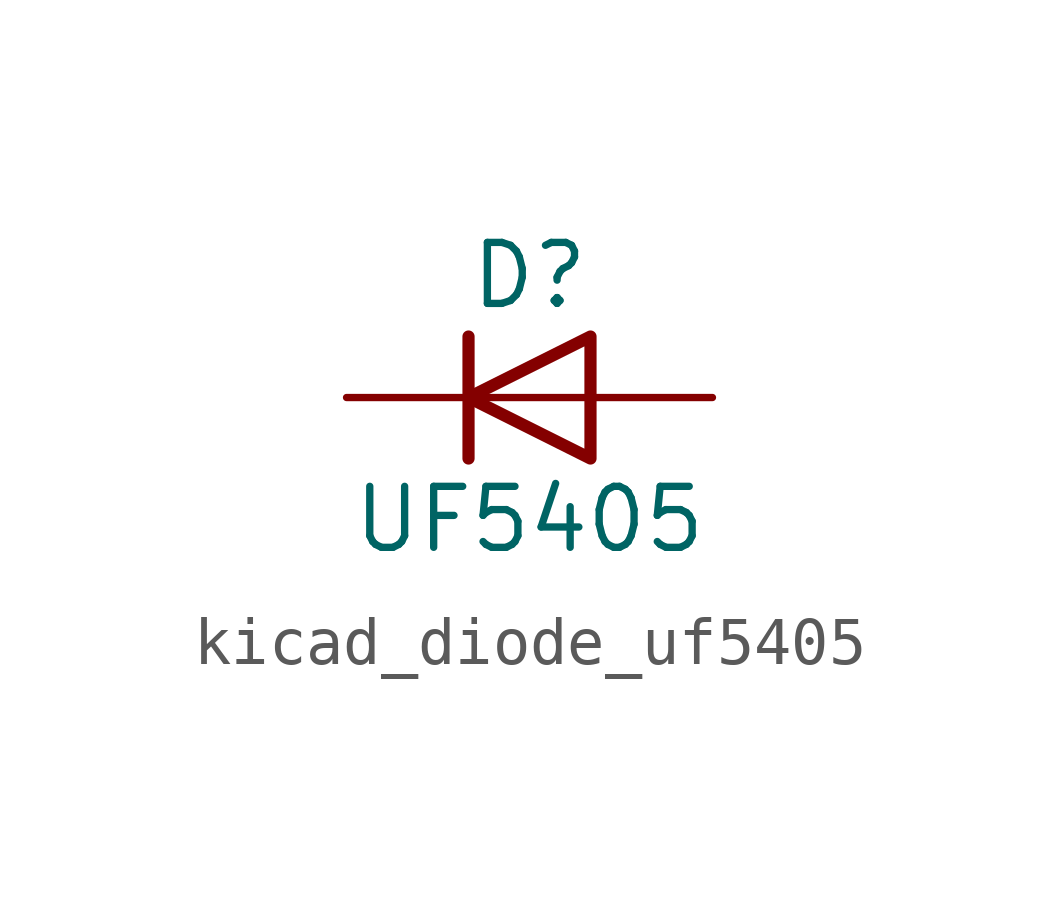
<source format=kicad_sym>
(kicad_symbol_lib
  (version 20220914)
  (generator kicad_symbol_editor)
  (symbol "kicad_diode_uf5405"
    (pin_numbers hide)
    (pin_names hide)
    (property "Reference" "D"
      (at 0 2.54 0)
      (effects (font (size 1.27 1.27))))
    (property "Value" "UF5405"
      (at 0 -2.54 0)
      (effects (font (size 1.27 1.27))))
    (symbol "kicad_diode_uf5405_0_1"
      (polyline (pts (xy -1.27 1.27) (xy -1.27 -1.27)) (stroke (width 0.254) (type default)) (fill (type none)))
      (polyline (pts (xy 1.27 0) (xy -1.27 0)) (stroke (width 0) (type default)) (fill (type none)))
      (polyline (pts (xy 1.27 1.27) (xy 1.27 -1.27) (xy -1.27 0) (xy 1.27 1.27)) (stroke (width 0.254) (type default)) (fill (type none))))
    (symbol "kicad_diode_uf5405_1_1"
      (pin passive line (at -3.81 0 0) (length 2.54) (name "K" (effects (font (size 1.27 1.27)))) (number "1" (effects (font (size 1.27 1.27)))))
      (pin passive line (at 3.81 0 180) (length 2.54) (name "A" (effects (font (size 1.27 1.27)))) (number "2" (effects (font (size 1.27 1.27))))))))
</source>
